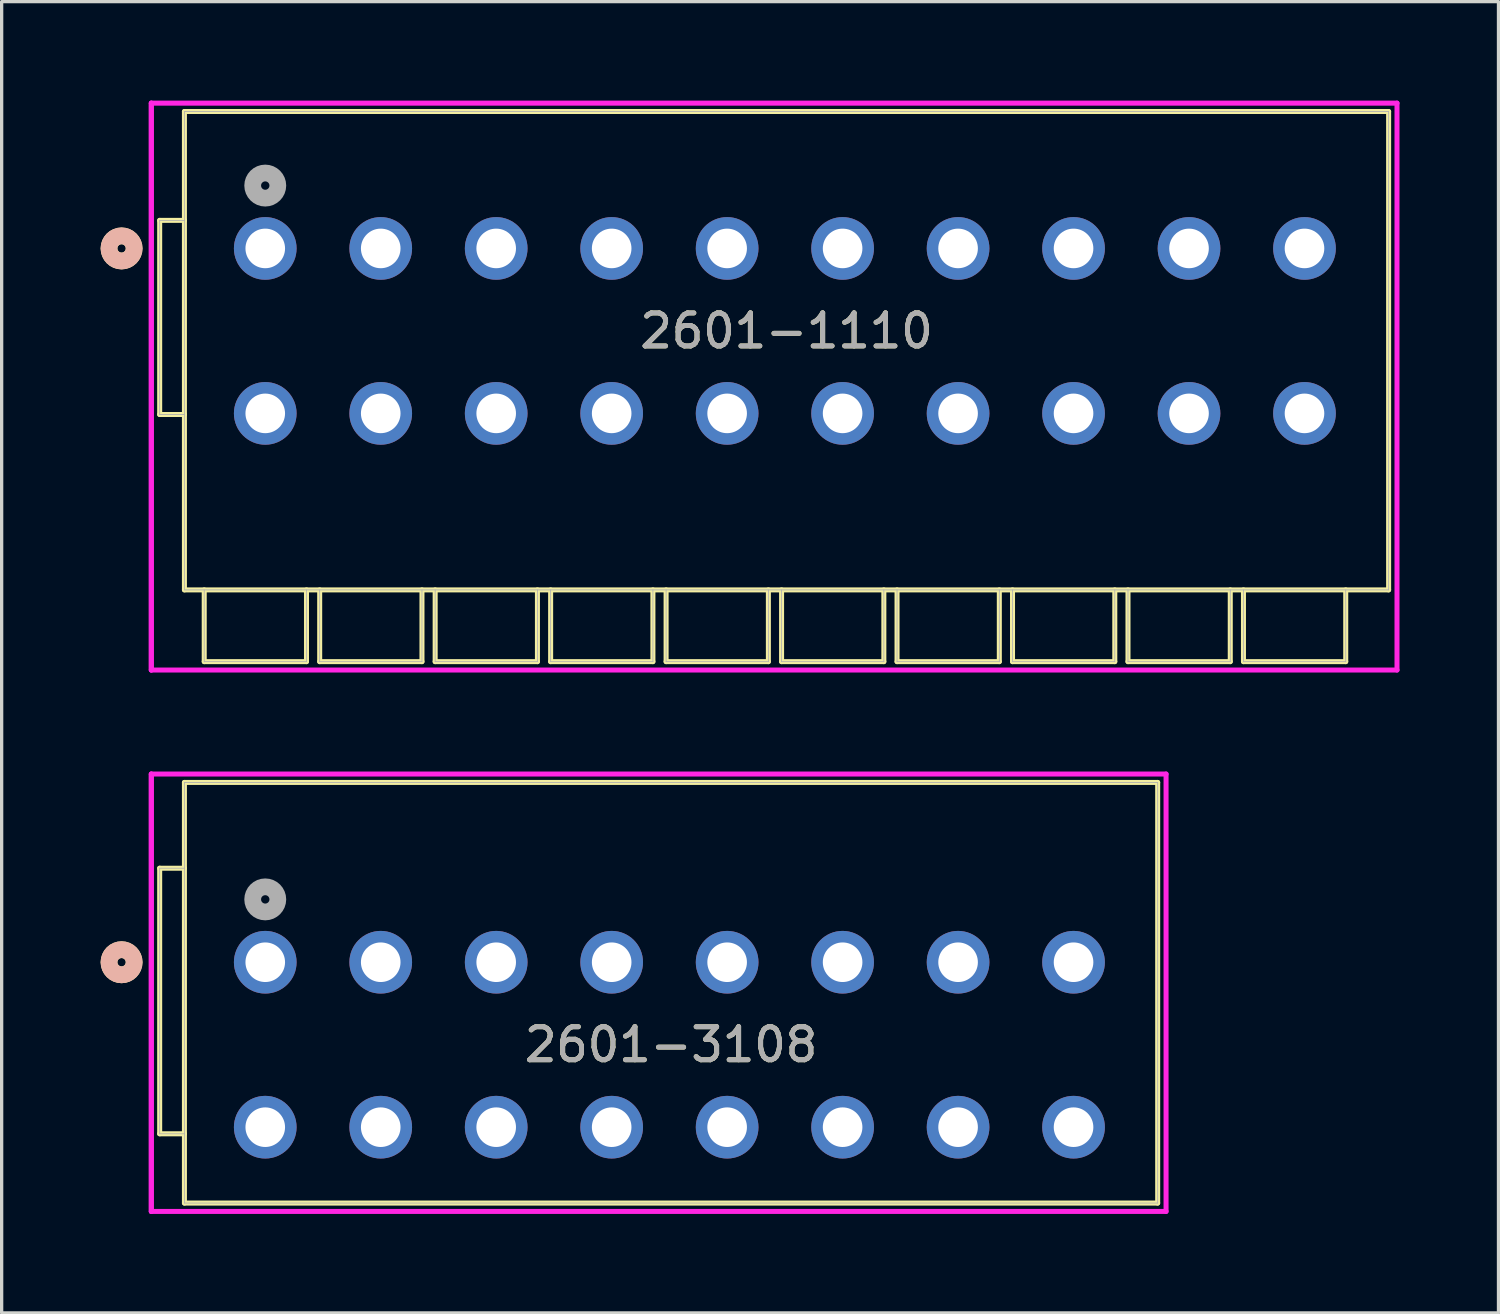
<source format=kicad_pcb>
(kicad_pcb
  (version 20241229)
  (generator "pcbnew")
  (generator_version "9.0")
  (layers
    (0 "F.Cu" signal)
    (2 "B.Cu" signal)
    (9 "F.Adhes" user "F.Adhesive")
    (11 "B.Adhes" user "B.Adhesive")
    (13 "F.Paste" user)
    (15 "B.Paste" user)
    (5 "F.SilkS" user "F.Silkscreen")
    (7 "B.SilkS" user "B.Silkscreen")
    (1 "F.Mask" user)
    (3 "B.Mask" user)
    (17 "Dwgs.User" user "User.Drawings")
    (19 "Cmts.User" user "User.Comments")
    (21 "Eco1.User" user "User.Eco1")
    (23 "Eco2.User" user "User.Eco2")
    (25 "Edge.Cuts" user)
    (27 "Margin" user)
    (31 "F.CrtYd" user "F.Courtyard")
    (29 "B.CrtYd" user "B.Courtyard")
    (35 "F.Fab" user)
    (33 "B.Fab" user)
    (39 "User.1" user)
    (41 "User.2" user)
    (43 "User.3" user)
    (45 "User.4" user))
  (footprint "2601-3108"
    (layer "F.Cu")
    (at 4.99 26.116)
    (property "Reference" "2601-3108" (at 12.3 2.5 0) (unlocked yes) (layer "F.SilkS") (effects (font (size 1 1) (thickness 0.15))))
    (attr through_hole)
    (fp_line (start -3.2 5.2) (end -3.2 -2.85) (stroke (width 0.152) (type solid)) (layer "F.SilkS"))
    (fp_line (start -2.45 -2.85) (end -3.2 -2.85) (stroke (width 0.152) (type solid)) (layer "F.SilkS"))
    (fp_line (start -2.45 5.2) (end -3.2 5.2) (stroke (width 0.152) (type solid)) (layer "F.SilkS"))
    (fp_line (start -2.45 -5.45) (end 27.05 -5.45) (stroke (width 0.152) (type solid)) (layer "F.SilkS"))
    (fp_line (start -2.45 7.3) (end -2.45 -5.45) (stroke (width 0.152) (type solid)) (layer "F.SilkS"))
    (fp_line (start -2.45 7.3) (end 27.05 7.3) (stroke (width 0.152) (type solid)) (layer "F.SilkS"))
    (fp_line (start 27.05 -5.45) (end 27.05 7.3) (stroke (width 0.152) (type solid)) (layer "F.SilkS"))
    (fp_circle (center -4.355 0) (end -3.974 0) (stroke (width 0.508) (type solid)) (fill no) (layer "F.SilkS"))
    (fp_circle (center -4.355 0) (end -3.974 0) (stroke (width 0.508) (type solid)) (fill no) (layer "B.SilkS"))
    (fp_line (start -3.454 -5.704) (end -3.454 7.554) (stroke (width 0.152) (type solid)) (layer "F.CrtYd"))
    (fp_line (start -3.454 -5.704) (end -3.454 7.554) (stroke (width 0.152) (type solid)) (layer "F.CrtYd"))
    (fp_line (start -3.454 7.554) (end 27.304 7.554) (stroke (width 0.152) (type solid)) (layer "F.CrtYd"))
    (fp_line (start 27.304 -5.704) (end -3.454 -5.704) (stroke (width 0.152) (type solid)) (layer "F.CrtYd"))
    (fp_line (start 27.304 7.554) (end 27.304 -5.704) (stroke (width 0.152) (type solid)) (layer "F.CrtYd"))
    (fp_line (start -3.2 5.2) (end -3.2 -2.85) (stroke (width 0.025) (type solid)) (layer "F.Fab"))
    (fp_line (start -2.45 -2.85) (end -3.2 -2.85) (stroke (width 0.025) (type solid)) (layer "F.Fab"))
    (fp_line (start -2.45 5.2) (end -3.2 5.2) (stroke (width 0.025) (type solid)) (layer "F.Fab"))
    (fp_line (start -2.45 -5.45) (end 27.05 -5.45) (stroke (width 0.025) (type solid)) (layer "F.Fab"))
    (fp_line (start -2.45 7.3) (end -2.45 -5.45) (stroke (width 0.025) (type solid)) (layer "F.Fab"))
    (fp_line (start -2.45 7.3) (end 27.05 7.3) (stroke (width 0.025) (type solid)) (layer "F.Fab"))
    (fp_line (start 27.05 -5.45) (end 27.05 7.3) (stroke (width 0.025) (type solid)) (layer "F.Fab"))
    (fp_circle (center 0 -1.905) (end 0.381 -1.905) (stroke (width 0.508) (type solid)) (fill no) (layer "F.Fab"))
    (fp_text user "${REFERENCE}" (at 12.3 2.5 0) (unlocked yes) (layer "F.Fab") (effects (font (size 1 1) (thickness 0.15))))
    (pad "1" thru_hole circle (at 0 0) (size 1.9 1.9) (drill 1.2) (layers "*.Cu" "*.Mask"))
    (pad "1" thru_hole circle (at 0 5) (size 1.9 1.9) (drill 1.2) (layers "*.Cu" "*.Mask"))
    (pad "2" thru_hole circle (at 3.5 0) (size 1.9 1.9) (drill 1.2) (layers "*.Cu" "*.Mask"))
    (pad "2" thru_hole circle (at 3.5 5) (size 1.9 1.9) (drill 1.2) (layers "*.Cu" "*.Mask"))
    (pad "3" thru_hole circle (at 7 0) (size 1.9 1.9) (drill 1.2) (layers "*.Cu" "*.Mask"))
    (pad "3" thru_hole circle (at 7 5) (size 1.9 1.9) (drill 1.2) (layers "*.Cu" "*.Mask"))
    (pad "4" thru_hole circle (at 10.5 0) (size 1.9 1.9) (drill 1.2) (layers "*.Cu" "*.Mask"))
    (pad "4" thru_hole circle (at 10.5 5) (size 1.9 1.9) (drill 1.2) (layers "*.Cu" "*.Mask"))
    (pad "5" thru_hole circle (at 14 0) (size 1.9 1.9) (drill 1.2) (layers "*.Cu" "*.Mask"))
    (pad "5" thru_hole circle (at 14 5) (size 1.9 1.9) (drill 1.2) (layers "*.Cu" "*.Mask"))
    (pad "6" thru_hole circle (at 17.5 0) (size 1.9 1.9) (drill 1.2) (layers "*.Cu" "*.Mask"))
    (pad "6" thru_hole circle (at 17.5 5) (size 1.9 1.9) (drill 1.2) (layers "*.Cu" "*.Mask"))
    (pad "7" thru_hole circle (at 21 0) (size 1.9 1.9) (drill 1.2) (layers "*.Cu" "*.Mask"))
    (pad "7" thru_hole circle (at 21 5) (size 1.9 1.9) (drill 1.2) (layers "*.Cu" "*.Mask"))
    (pad "8" thru_hole circle (at 24.5 0) (size 1.9 1.9) (drill 1.2) (layers "*.Cu" "*.Mask"))
    (pad "8" thru_hole circle (at 24.5 5) (size 1.9 1.9) (drill 1.2) (layers "*.Cu" "*.Mask")))
  (footprint "2601-1110"
    (layer "F.Cu")
    (at 4.99 4.48)
    (property "Reference" "2601-1110" (at 15.8 2.5 0) (unlocked yes) (layer "F.SilkS") (effects (font (size 1 1) (thickness 0.15))))
    (attr through_hole)
    (fp_line (start -3.2 5.034) (end -3.2 -0.85) (stroke (width 0.152) (type solid)) (layer "F.SilkS"))
    (fp_line (start -2.45 -4.15) (end 34.05 -4.15) (stroke (width 0.152) (type solid)) (layer "F.SilkS"))
    (fp_line (start -2.45 10.35) (end -2.45 -4.15) (stroke (width 0.152) (type solid)) (layer "F.SilkS"))
    (fp_line (start -2.45 10.35) (end 34.05 10.35) (stroke (width 0.152) (type solid)) (layer "F.SilkS"))
    (fp_line (start -2.45 -0.85) (end -3.2 -0.85) (stroke (width 0.152) (type solid)) (layer "F.SilkS"))
    (fp_line (start -2.45 5.034) (end -3.2 5.034) (stroke (width 0.152) (type solid)) (layer "F.SilkS"))
    (fp_line (start -1.85 10.35) (end -1.85 12.525) (stroke (width 0.152) (type solid)) (layer "F.SilkS"))
    (fp_line (start -1.85 12.525) (end 1.25 12.525) (stroke (width 0.152) (type solid)) (layer "F.SilkS"))
    (fp_line (start 1.25 10.35) (end 1.25 12.525) (stroke (width 0.152) (type solid)) (layer "F.SilkS"))
    (fp_line (start 1.65 10.35) (end 1.65 12.525) (stroke (width 0.152) (type solid)) (layer "F.SilkS"))
    (fp_line (start 1.65 12.525) (end 4.75 12.525) (stroke (width 0.152) (type solid)) (layer "F.SilkS"))
    (fp_line (start 4.75 10.35) (end 4.75 12.525) (stroke (width 0.152) (type solid)) (layer "F.SilkS"))
    (fp_line (start 5.15 10.35) (end 5.15 12.525) (stroke (width 0.152) (type solid)) (layer "F.SilkS"))
    (fp_line (start 5.15 12.525) (end 8.25 12.525) (stroke (width 0.152) (type solid)) (layer "F.SilkS"))
    (fp_line (start 8.25 10.35) (end 8.25 12.525) (stroke (width 0.152) (type solid)) (layer "F.SilkS"))
    (fp_line (start 8.65 10.35) (end 8.65 12.525) (stroke (width 0.152) (type solid)) (layer "F.SilkS"))
    (fp_line (start 8.65 12.525) (end 11.75 12.525) (stroke (width 0.152) (type solid)) (layer "F.SilkS"))
    (fp_line (start 11.75 10.35) (end 11.75 12.525) (stroke (width 0.152) (type solid)) (layer "F.SilkS"))
    (fp_line (start 12.15 10.35) (end 12.15 12.525) (stroke (width 0.152) (type solid)) (layer "F.SilkS"))
    (fp_line (start 12.15 12.525) (end 15.25 12.525) (stroke (width 0.152) (type solid)) (layer "F.SilkS"))
    (fp_line (start 15.25 10.35) (end 15.25 12.525) (stroke (width 0.152) (type solid)) (layer "F.SilkS"))
    (fp_line (start 15.65 10.35) (end 15.65 12.525) (stroke (width 0.152) (type solid)) (layer "F.SilkS"))
    (fp_line (start 15.65 12.525) (end 18.75 12.525) (stroke (width 0.152) (type solid)) (layer "F.SilkS"))
    (fp_line (start 18.75 10.35) (end 18.75 12.525) (stroke (width 0.152) (type solid)) (layer "F.SilkS"))
    (fp_line (start 19.15 10.35) (end 19.15 12.525) (stroke (width 0.152) (type solid)) (layer "F.SilkS"))
    (fp_line (start 19.15 12.525) (end 22.25 12.525) (stroke (width 0.152) (type solid)) (layer "F.SilkS"))
    (fp_line (start 22.25 10.35) (end 22.25 12.525) (stroke (width 0.152) (type solid)) (layer "F.SilkS"))
    (fp_line (start 22.65 10.35) (end 22.65 12.525) (stroke (width 0.152) (type solid)) (layer "F.SilkS"))
    (fp_line (start 22.65 12.525) (end 25.75 12.525) (stroke (width 0.152) (type solid)) (layer "F.SilkS"))
    (fp_line (start 25.75 10.35) (end 25.75 12.525) (stroke (width 0.152) (type solid)) (layer "F.SilkS"))
    (fp_line (start 26.15 10.35) (end 26.15 12.525) (stroke (width 0.152) (type solid)) (layer "F.SilkS"))
    (fp_line (start 26.15 12.525) (end 29.25 12.525) (stroke (width 0.152) (type solid)) (layer "F.SilkS"))
    (fp_line (start 29.25 10.35) (end 29.25 12.525) (stroke (width 0.152) (type solid)) (layer "F.SilkS"))
    (fp_line (start 29.65 10.35) (end 29.65 12.525) (stroke (width 0.152) (type solid)) (layer "F.SilkS"))
    (fp_line (start 29.65 12.525) (end 32.75 12.525) (stroke (width 0.152) (type solid)) (layer "F.SilkS"))
    (fp_line (start 32.75 10.35) (end 32.75 12.525) (stroke (width 0.152) (type solid)) (layer "F.SilkS"))
    (fp_line (start 34.05 -4.15) (end 34.05 10.35) (stroke (width 0.152) (type solid)) (layer "F.SilkS"))
    (fp_circle (center -4.355 0) (end -3.974 0) (stroke (width 0.508) (type solid)) (fill no) (layer "F.SilkS"))
    (fp_circle (center -4.355 0) (end -3.974 0) (stroke (width 0.508) (type solid)) (fill no) (layer "B.SilkS"))
    (fp_line (start -3.454 -4.404) (end -3.454 12.779) (stroke (width 0.152) (type solid)) (layer "F.CrtYd"))
    (fp_line (start -3.454 -4.404) (end -3.454 12.779) (stroke (width 0.152) (type solid)) (layer "F.CrtYd"))
    (fp_line (start -3.454 12.779) (end 34.304 12.779) (stroke (width 0.152) (type solid)) (layer "F.CrtYd"))
    (fp_line (start 34.304 -4.404) (end -3.454 -4.404) (stroke (width 0.152) (type solid)) (layer "F.CrtYd"))
    (fp_line (start 34.304 12.779) (end 34.304 -4.404) (stroke (width 0.152) (type solid)) (layer "F.CrtYd"))
    (fp_line (start -3.2 5.034) (end -3.2 -0.85) (stroke (width 0.025) (type solid)) (layer "F.Fab"))
    (fp_line (start -2.45 -4.15) (end 34.05 -4.15) (stroke (width 0.025) (type solid)) (layer "F.Fab"))
    (fp_line (start -2.45 10.35) (end -2.45 -4.15) (stroke (width 0.025) (type solid)) (layer "F.Fab"))
    (fp_line (start -2.45 10.35) (end 34.05 10.35) (stroke (width 0.025) (type solid)) (layer "F.Fab"))
    (fp_line (start -2.45 -0.85) (end -3.2 -0.85) (stroke (width 0.025) (type solid)) (layer "F.Fab"))
    (fp_line (start -2.45 5.034) (end -3.2 5.034) (stroke (width 0.025) (type solid)) (layer "F.Fab"))
    (fp_line (start -1.85 10.35) (end -1.85 12.525) (stroke (width 0.025) (type solid)) (layer "F.Fab"))
    (fp_line (start -1.85 12.525) (end 1.25 12.525) (stroke (width 0.025) (type solid)) (layer "F.Fab"))
    (fp_line (start 1.25 10.35) (end 1.25 12.525) (stroke (width 0.025) (type solid)) (layer "F.Fab"))
    (fp_line (start 1.65 10.35) (end 1.65 12.525) (stroke (width 0.025) (type solid)) (layer "F.Fab"))
    (fp_line (start 1.65 12.525) (end 4.75 12.525) (stroke (width 0.025) (type solid)) (layer "F.Fab"))
    (fp_line (start 4.75 10.35) (end 4.75 12.525) (stroke (width 0.025) (type solid)) (layer "F.Fab"))
    (fp_line (start 5.15 10.35) (end 5.15 12.525) (stroke (width 0.025) (type solid)) (layer "F.Fab"))
    (fp_line (start 5.15 12.525) (end 8.25 12.525) (stroke (width 0.025) (type solid)) (layer "F.Fab"))
    (fp_line (start 8.25 10.35) (end 8.25 12.525) (stroke (width 0.025) (type solid)) (layer "F.Fab"))
    (fp_line (start 8.65 10.35) (end 8.65 12.525) (stroke (width 0.025) (type solid)) (layer "F.Fab"))
    (fp_line (start 8.65 12.525) (end 11.75 12.525) (stroke (width 0.025) (type solid)) (layer "F.Fab"))
    (fp_line (start 11.75 10.35) (end 11.75 12.525) (stroke (width 0.025) (type solid)) (layer "F.Fab"))
    (fp_line (start 12.15 10.35) (end 12.15 12.525) (stroke (width 0.025) (type solid)) (layer "F.Fab"))
    (fp_line (start 12.15 12.525) (end 15.25 12.525) (stroke (width 0.025) (type solid)) (layer "F.Fab"))
    (fp_line (start 15.25 10.35) (end 15.25 12.525) (stroke (width 0.025) (type solid)) (layer "F.Fab"))
    (fp_line (start 15.65 10.35) (end 15.65 12.525) (stroke (width 0.025) (type solid)) (layer "F.Fab"))
    (fp_line (start 15.65 12.525) (end 18.75 12.525) (stroke (width 0.025) (type solid)) (layer "F.Fab"))
    (fp_line (start 18.75 10.35) (end 18.75 12.525) (stroke (width 0.025) (type solid)) (layer "F.Fab"))
    (fp_line (start 19.15 10.35) (end 19.15 12.525) (stroke (width 0.025) (type solid)) (layer "F.Fab"))
    (fp_line (start 19.15 12.525) (end 22.25 12.525) (stroke (width 0.025) (type solid)) (layer "F.Fab"))
    (fp_line (start 22.25 10.35) (end 22.25 12.525) (stroke (width 0.025) (type solid)) (layer "F.Fab"))
    (fp_line (start 22.65 10.35) (end 22.65 12.525) (stroke (width 0.025) (type solid)) (layer "F.Fab"))
    (fp_line (start 22.65 12.525) (end 25.75 12.525) (stroke (width 0.025) (type solid)) (layer "F.Fab"))
    (fp_line (start 25.75 10.35) (end 25.75 12.525) (stroke (width 0.025) (type solid)) (layer "F.Fab"))
    (fp_line (start 26.15 10.35) (end 26.15 12.525) (stroke (width 0.025) (type solid)) (layer "F.Fab"))
    (fp_line (start 26.15 12.525) (end 29.25 12.525) (stroke (width 0.025) (type solid)) (layer "F.Fab"))
    (fp_line (start 29.25 10.35) (end 29.25 12.525) (stroke (width 0.025) (type solid)) (layer "F.Fab"))
    (fp_line (start 29.65 10.35) (end 29.65 12.525) (stroke (width 0.025) (type solid)) (layer "F.Fab"))
    (fp_line (start 29.65 12.525) (end 32.75 12.525) (stroke (width 0.025) (type solid)) (layer "F.Fab"))
    (fp_line (start 32.75 10.35) (end 32.75 12.525) (stroke (width 0.025) (type solid)) (layer "F.Fab"))
    (fp_line (start 34.05 -4.15) (end 34.05 10.35) (stroke (width 0.025) (type solid)) (layer "F.Fab"))
    (fp_circle (center 0 -1.905) (end 0.381 -1.905) (stroke (width 0.508) (type solid)) (fill no) (layer "F.Fab"))
    (fp_text user "${REFERENCE}" (at 15.8 2.5 0) (unlocked yes) (layer "F.Fab") (effects (font (size 1 1) (thickness 0.15))))
    (pad "1" thru_hole circle (at 0 0) (size 1.9 1.9) (drill 1.2) (layers "*.Cu" "*.Mask"))
    (pad "1" thru_hole circle (at 0 5) (size 1.9 1.9) (drill 1.2) (layers "*.Cu" "*.Mask"))
    (pad "2" thru_hole circle (at 3.5 0) (size 1.9 1.9) (drill 1.2) (layers "*.Cu" "*.Mask"))
    (pad "2" thru_hole circle (at 3.5 5) (size 1.9 1.9) (drill 1.2) (layers "*.Cu" "*.Mask"))
    (pad "3" thru_hole circle (at 7 0) (size 1.9 1.9) (drill 1.2) (layers "*.Cu" "*.Mask"))
    (pad "3" thru_hole circle (at 7 5) (size 1.9 1.9) (drill 1.2) (layers "*.Cu" "*.Mask"))
    (pad "4" thru_hole circle (at 10.5 0) (size 1.9 1.9) (drill 1.2) (layers "*.Cu" "*.Mask"))
    (pad "4" thru_hole circle (at 10.5 5) (size 1.9 1.9) (drill 1.2) (layers "*.Cu" "*.Mask"))
    (pad "5" thru_hole circle (at 14 0) (size 1.9 1.9) (drill 1.2) (layers "*.Cu" "*.Mask"))
    (pad "5" thru_hole circle (at 14 5) (size 1.9 1.9) (drill 1.2) (layers "*.Cu" "*.Mask"))
    (pad "6" thru_hole circle (at 17.5 0) (size 1.9 1.9) (drill 1.2) (layers "*.Cu" "*.Mask"))
    (pad "6" thru_hole circle (at 17.5 5) (size 1.9 1.9) (drill 1.2) (layers "*.Cu" "*.Mask"))
    (pad "7" thru_hole circle (at 21 0) (size 1.9 1.9) (drill 1.2) (layers "*.Cu" "*.Mask"))
    (pad "7" thru_hole circle (at 21 5) (size 1.9 1.9) (drill 1.2) (layers "*.Cu" "*.Mask"))
    (pad "8" thru_hole circle (at 24.5 0) (size 1.9 1.9) (drill 1.2) (layers "*.Cu" "*.Mask"))
    (pad "8" thru_hole circle (at 24.5 5) (size 1.9 1.9) (drill 1.2) (layers "*.Cu" "*.Mask"))
    (pad "9" thru_hole circle (at 28 0) (size 1.9 1.9) (drill 1.2) (layers "*.Cu" "*.Mask"))
    (pad "9" thru_hole circle (at 28 5) (size 1.9 1.9) (drill 1.2) (layers "*.Cu" "*.Mask"))
    (pad "10" thru_hole circle (at 31.5 0) (size 1.9 1.9) (drill 1.2) (layers "*.Cu" "*.Mask"))
    (pad "10" thru_hole circle (at 31.5 5) (size 1.9 1.9) (drill 1.2) (layers "*.Cu" "*.Mask")))
  (gr_rect
    (start -3 -3)
    (end 42.37 36.746)
    (stroke (width 0.1) (type default))
    (fill no)
    (layer "Edge.Cuts")))
</source>
